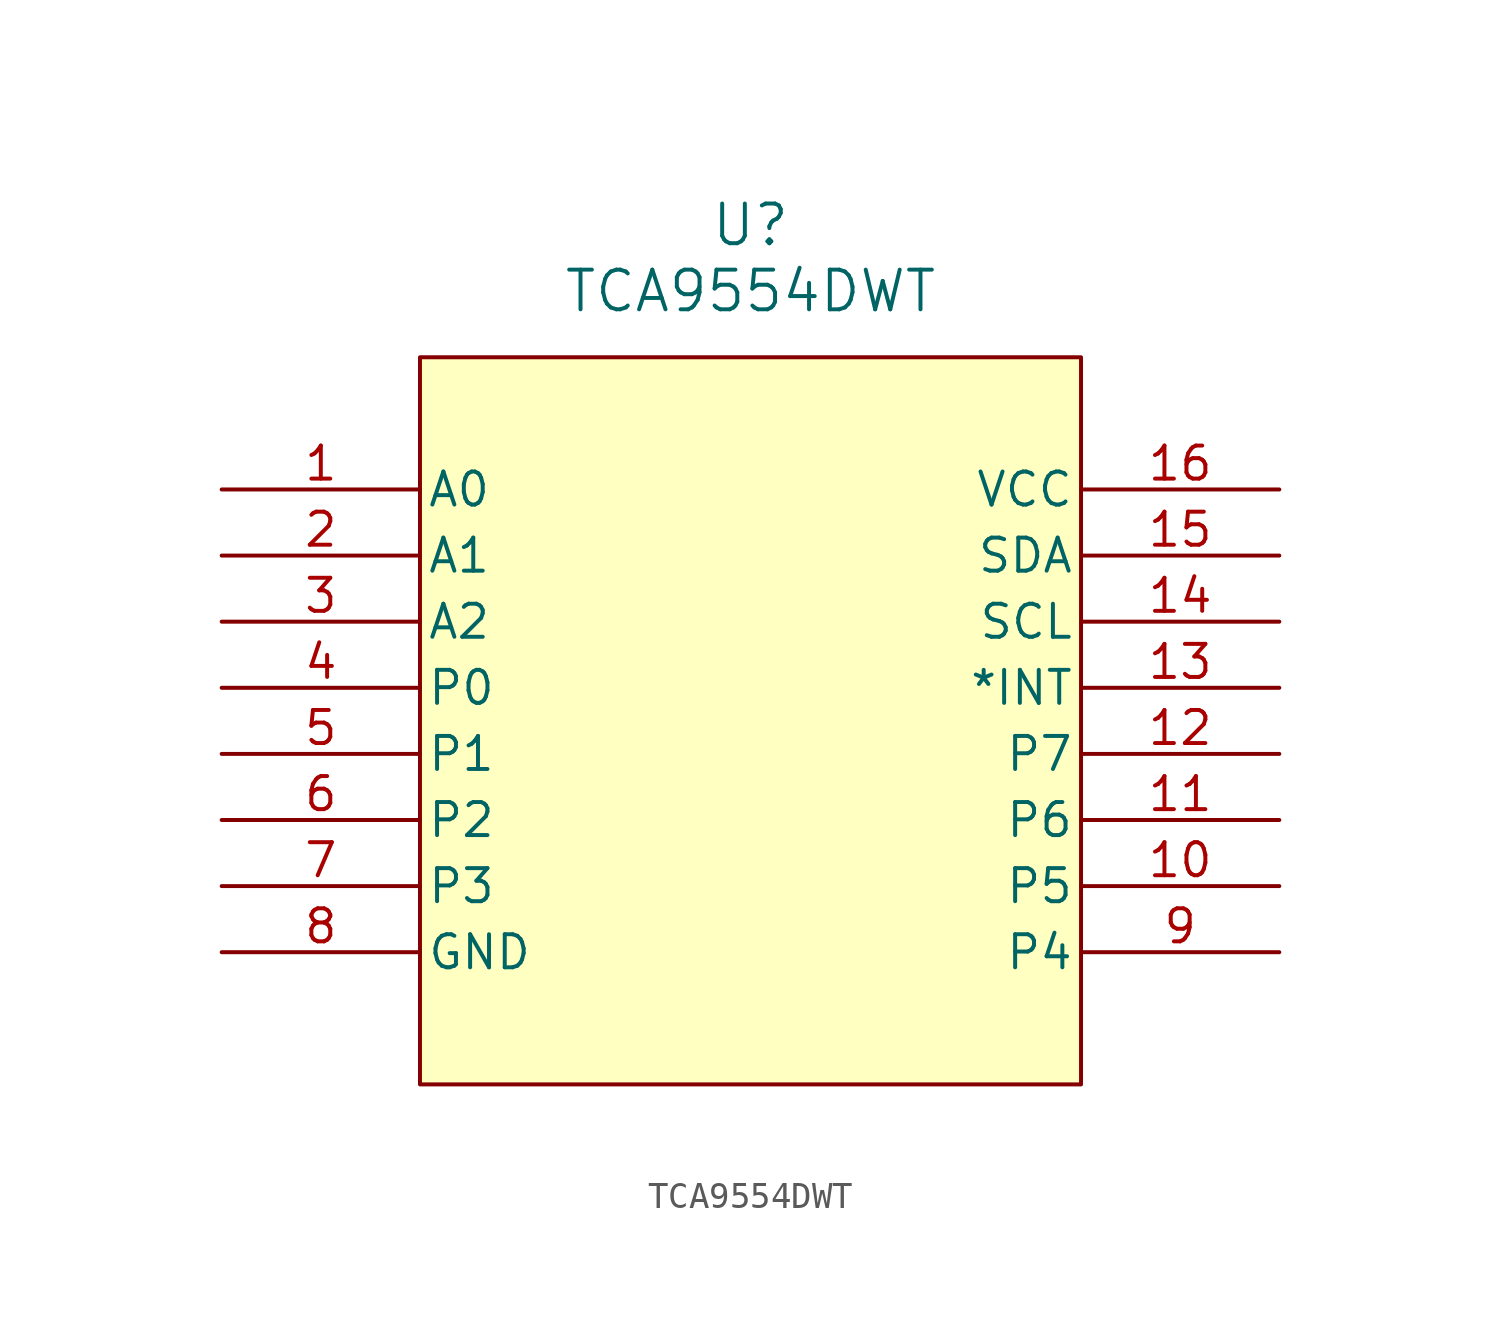
<source format=kicad_sym>
(kicad_symbol_lib
  (version 20241209)
  (generator "kicad_symbol_editor")
  (generator_version "9.0")
  (symbol "TCA9554DWT"
    (pin_names
      (offset 0.254))
    (property "Reference" "U"
      (at 20.32 10.16 0)
      (effects (font (size 1.524 1.524))))
    (property "Value" "TCA9554DWT"
      (at 20.32 7.62 0)
      (effects (font (size 1.524 1.524))))
    (symbol "TCA9554DWT_0_1"
      (rectangle (start 7.62 5.08) (end 33.02 -22.86) (stroke (width 0) (type default)) (fill (type color) (color 255 255 194 1)))
      (pin input line (at 0 0 0) (length 7.62) (name "A0" (effects (font (size 1.27 1.27)))) (number "1" (effects (font (size 1.27 1.27)))))
      (pin input line (at 0 -2.54 0) (length 7.62) (name "A1" (effects (font (size 1.27 1.27)))) (number "2" (effects (font (size 1.27 1.27)))))
      (pin input line (at 0 -5.08 0) (length 7.62) (name "A2" (effects (font (size 1.27 1.27)))) (number "3" (effects (font (size 1.27 1.27)))))
      (pin bidirectional line (at 0 -7.62 0) (length 7.62) (name "P0" (effects (font (size 1.27 1.27)))) (number "4" (effects (font (size 1.27 1.27)))))
      (pin bidirectional line (at 0 -10.16 0) (length 7.62) (name "P1" (effects (font (size 1.27 1.27)))) (number "5" (effects (font (size 1.27 1.27)))))
      (pin bidirectional line (at 0 -12.7 0) (length 7.62) (name "P2" (effects (font (size 1.27 1.27)))) (number "6" (effects (font (size 1.27 1.27)))))
      (pin bidirectional line (at 0 -15.24 0) (length 7.62) (name "P3" (effects (font (size 1.27 1.27)))) (number "7" (effects (font (size 1.27 1.27)))))
      (pin power_in line (at 0 -17.78 0) (length 7.62) (name "GND" (effects (font (size 1.27 1.27)))) (number "8" (effects (font (size 1.27 1.27)))))
      (pin power_in line (at 40.64 0 180) (length 7.62) (name "VCC" (effects (font (size 1.27 1.27)))) (number "16" (effects (font (size 1.27 1.27)))))
      (pin bidirectional line (at 40.64 -2.54 180) (length 7.62) (name "SDA" (effects (font (size 1.27 1.27)))) (number "15" (effects (font (size 1.27 1.27)))))
      (pin bidirectional line (at 40.64 -5.08 180) (length 7.62) (name "SCL" (effects (font (size 1.27 1.27)))) (number "14" (effects (font (size 1.27 1.27)))))
      (pin output line (at 40.64 -7.62 180) (length 7.62) (name "*INT" (effects (font (size 1.27 1.27)))) (number "13" (effects (font (size 1.27 1.27)))))
      (pin bidirectional line (at 40.64 -10.16 180) (length 7.62) (name "P7" (effects (font (size 1.27 1.27)))) (number "12" (effects (font (size 1.27 1.27)))))
      (pin bidirectional line (at 40.64 -12.7 180) (length 7.62) (name "P6" (effects (font (size 1.27 1.27)))) (number "11" (effects (font (size 1.27 1.27)))))
      (pin bidirectional line (at 40.64 -15.24 180) (length 7.62) (name "P5" (effects (font (size 1.27 1.27)))) (number "10" (effects (font (size 1.27 1.27)))))
      (pin bidirectional line (at 40.64 -17.78 180) (length 7.62) (name "P4" (effects (font (size 1.27 1.27)))) (number "9" (effects (font (size 1.27 1.27))))))))
</source>
